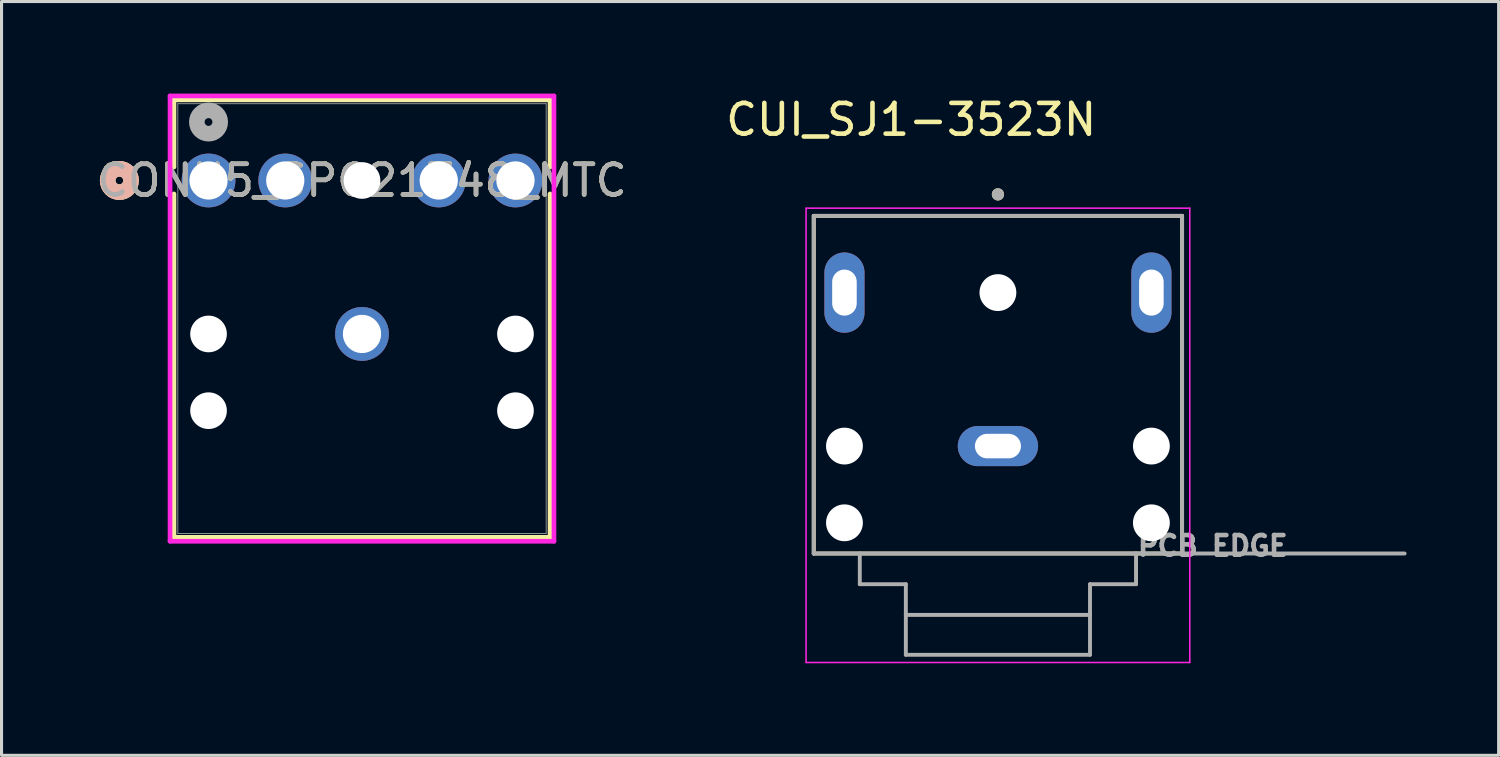
<source format=kicad_pcb>
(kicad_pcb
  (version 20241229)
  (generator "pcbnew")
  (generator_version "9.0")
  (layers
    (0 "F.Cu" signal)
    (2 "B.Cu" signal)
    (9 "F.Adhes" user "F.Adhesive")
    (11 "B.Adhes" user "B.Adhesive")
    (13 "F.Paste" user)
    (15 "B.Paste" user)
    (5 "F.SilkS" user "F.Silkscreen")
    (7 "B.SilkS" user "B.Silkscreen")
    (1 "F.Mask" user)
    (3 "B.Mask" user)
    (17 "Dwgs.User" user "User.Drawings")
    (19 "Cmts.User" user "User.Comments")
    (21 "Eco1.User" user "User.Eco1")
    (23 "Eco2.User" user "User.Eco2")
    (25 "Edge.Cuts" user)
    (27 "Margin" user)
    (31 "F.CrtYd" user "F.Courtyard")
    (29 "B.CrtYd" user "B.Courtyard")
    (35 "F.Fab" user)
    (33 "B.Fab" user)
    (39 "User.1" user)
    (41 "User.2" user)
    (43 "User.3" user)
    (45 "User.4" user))
  (footprint "CUI_SJ1-3523N"
    (layer "F.Cu")
    (at 29.462 11.483)
    (property "Reference" "CUI_SJ1-3523N" (at -2.825 -10.635 0) (layer "F.SilkS") (effects (font (size 1 1) (thickness 0.15))))
    (attr through_hole)
    (fp_line (start -6 -7.5) (end -6 3.5) (stroke (width 0.127) (type solid)) (layer "F.SilkS"))
    (fp_line (start -6 -7.5) (end 6 -7.5) (stroke (width 0.127) (type solid)) (layer "F.SilkS"))
    (fp_line (start -6 3.5) (end 6 3.5) (stroke (width 0.127) (type solid)) (layer "F.SilkS"))
    (fp_line (start 6 -7.5) (end 6 3.5) (stroke (width 0.127) (type solid)) (layer "F.SilkS"))
    (fp_circle (center 0 -8.2) (end 0.1 -8.2) (stroke (width 0.2) (type solid)) (fill no) (layer "F.SilkS"))
    (fp_line (start -6.25 -7.75) (end -6.25 7.05) (stroke (width 0.05) (type solid)) (layer "F.CrtYd"))
    (fp_line (start -6.25 7.05) (end 6.25 7.05) (stroke (width 0.05) (type solid)) (layer "F.CrtYd"))
    (fp_line (start 6.25 -7.75) (end -6.25 -7.75) (stroke (width 0.05) (type solid)) (layer "F.CrtYd"))
    (fp_line (start 6.25 7.05) (end 6.25 -7.75) (stroke (width 0.05) (type solid)) (layer "F.CrtYd"))
    (fp_line (start -6 -7.5) (end -6 3.5) (stroke (width 0.127) (type solid)) (layer "F.Fab"))
    (fp_line (start -6 -7.5) (end 6 -7.5) (stroke (width 0.127) (type solid)) (layer "F.Fab"))
    (fp_line (start -6 3.5) (end -4.5 3.5) (stroke (width 0.127) (type solid)) (layer "F.Fab"))
    (fp_line (start -4.5 3.5) (end -4.5 4.5) (stroke (width 0.127) (type solid)) (layer "F.Fab"))
    (fp_line (start -4.5 3.5) (end 4.5 3.5) (stroke (width 0.127) (type solid)) (layer "F.Fab"))
    (fp_line (start -4.5 4.5) (end -3 4.5) (stroke (width 0.127) (type solid)) (layer "F.Fab"))
    (fp_line (start -3 4.5) (end -3 5.5) (stroke (width 0.127) (type solid)) (layer "F.Fab"))
    (fp_line (start -3 5.5) (end -3 6.8) (stroke (width 0.127) (type solid)) (layer "F.Fab"))
    (fp_line (start -3 5.5) (end 3 5.5) (stroke (width 0.127) (type solid)) (layer "F.Fab"))
    (fp_line (start -3 6.8) (end 3 6.8) (stroke (width 0.127) (type solid)) (layer "F.Fab"))
    (fp_line (start 3 4.5) (end 4.5 4.5) (stroke (width 0.127) (type solid)) (layer "F.Fab"))
    (fp_line (start 3 5.5) (end 3 4.5) (stroke (width 0.127) (type solid)) (layer "F.Fab"))
    (fp_line (start 3 6.8) (end 3 5.5) (stroke (width 0.127) (type solid)) (layer "F.Fab"))
    (fp_line (start 4.5 3.5) (end 6 3.5) (stroke (width 0.127) (type solid)) (layer "F.Fab"))
    (fp_line (start 4.5 4.5) (end 4.5 3.5) (stroke (width 0.127) (type solid)) (layer "F.Fab"))
    (fp_line (start 6 -7.5) (end 6 3.5) (stroke (width 0.127) (type solid)) (layer "F.Fab"))
    (fp_line (start 6 3.5) (end 13.25 3.5) (stroke (width 0.127) (type solid)) (layer "F.Fab"))
    (fp_circle (center 0 -8.2) (end 0.1 -8.2) (stroke (width 0.2) (type solid)) (fill no) (layer "F.Fab"))
    (fp_text user "PCB EDGE" (at 7 3.25 0) (layer "F.Fab") (effects (font (size 0.64 0.64) (thickness 0.15))))
    (pad "" np_thru_hole circle (at -5 0) (size 1.2 1.2) (drill 1.2) (layers "*.Cu" "*.Mask"))
    (pad "" np_thru_hole circle (at -5 2.5) (size 1.2 1.2) (drill 1.2) (layers "*.Cu" "*.Mask"))
    (pad "" np_thru_hole circle (at 0 -5) (size 1.2 1.2) (drill 1.2) (layers "*.Cu" "*.Mask"))
    (pad "" np_thru_hole circle (at 5 0) (size 1.2 1.2) (drill 1.2) (layers "*.Cu" "*.Mask"))
    (pad "" np_thru_hole circle (at 5 2.5) (size 1.2 1.2) (drill 1.2) (layers "*.Cu" "*.Mask"))
    (pad "1" thru_hole oval (at 0 0) (size 2.616 1.308) (drill oval 1.5 0.8) (layers "*.Cu" "*.Mask"))
    (pad "2" thru_hole oval (at 5 -5) (size 1.308 2.616) (drill oval 0.8 1.5) (layers "*.Cu" "*.Mask"))
    (pad "3" thru_hole oval (at -5 -5) (size 1.308 2.616) (drill oval 0.8 1.5) (layers "*.Cu" "*.Mask")))
  (footprint "CONN5_SPC21348_MTC"
    (layer "F.Cu")
    (at 3.744 2.83)
    (property "Reference" "CONN5_SPC21348_MTC" (at 5 0 0) (unlocked yes) (layer "F.SilkS") (effects (font (size 1 1) (thickness 0.15))))
    (attr through_hole)
    (fp_line (start -1.127 -2.627) (end -1.127 -0.438) (stroke (width 0.152) (type solid)) (layer "F.SilkS"))
    (fp_line (start -1.127 0.438) (end -1.127 11.627) (stroke (width 0.152) (type solid)) (layer "F.SilkS"))
    (fp_line (start -1.127 11.627) (end 11.127 11.627) (stroke (width 0.152) (type solid)) (layer "F.SilkS"))
    (fp_line (start 11.127 -2.627) (end -1.127 -2.627) (stroke (width 0.152) (type solid)) (layer "F.SilkS"))
    (fp_line (start 11.127 -0.438) (end 11.127 -2.627) (stroke (width 0.152) (type solid)) (layer "F.SilkS"))
    (fp_line (start 11.127 11.627) (end 11.127 0.438) (stroke (width 0.152) (type solid)) (layer "F.SilkS"))
    (fp_circle (center -2.905 0) (end -2.524 0) (stroke (width 0.508) (type solid)) (fill no) (layer "F.SilkS"))
    (fp_circle (center -2.905 0) (end -2.524 0) (stroke (width 0.508) (type solid)) (fill no) (layer "B.SilkS"))
    (fp_line (start -1.254 -2.754) (end -1.254 11.754) (stroke (width 0.152) (type solid)) (layer "F.CrtYd"))
    (fp_line (start -1.254 11.754) (end 11.254 11.754) (stroke (width 0.152) (type solid)) (layer "F.CrtYd"))
    (fp_line (start 11.254 -2.754) (end -1.254 -2.754) (stroke (width 0.152) (type solid)) (layer "F.CrtYd"))
    (fp_line (start 11.254 11.754) (end 11.254 -2.754) (stroke (width 0.152) (type solid)) (layer "F.CrtYd"))
    (fp_line (start -1 -2.5) (end -1 11.5) (stroke (width 0.025) (type solid)) (layer "F.Fab"))
    (fp_line (start -1 11.5) (end 11 11.5) (stroke (width 0.025) (type solid)) (layer "F.Fab"))
    (fp_line (start 11 -2.5) (end -1 -2.5) (stroke (width 0.025) (type solid)) (layer "F.Fab"))
    (fp_line (start 11 11.5) (end 11 -2.5) (stroke (width 0.025) (type solid)) (layer "F.Fab"))
    (fp_circle (center 0 -1.905) (end 0.381 -1.905) (stroke (width 0.508) (type solid)) (fill no) (layer "F.Fab"))
    (fp_text user "${REFERENCE}" (at 5 0 0) (unlocked yes) (layer "F.Fab") (effects (font (size 1 1) (thickness 0.15))))
    (pad "" np_thru_hole circle (at 0 5) (size 1.194 1.194) (drill 1.194) (layers "*.Cu" "*.Mask"))
    (pad "" np_thru_hole circle (at 0 7.5) (size 1.194 1.194) (drill 1.194) (layers "*.Cu" "*.Mask"))
    (pad "" np_thru_hole circle (at 5 0) (size 1.194 1.194) (drill 1.194) (layers "*.Cu" "*.Mask"))
    (pad "" np_thru_hole circle (at 10 5) (size 1.194 1.194) (drill 1.194) (layers "*.Cu" "*.Mask"))
    (pad "" np_thru_hole circle (at 10 7.5) (size 1.194 1.194) (drill 1.194) (layers "*.Cu" "*.Mask"))
    (pad "1" thru_hole circle (at 0 0) (size 1.753 1.753) (drill 1.245) (layers "*.Cu" "*.Mask"))
    (pad "2" thru_hole circle (at 2.5 0) (size 1.753 1.753) (drill 1.245) (layers "*.Cu" "*.Mask"))
    (pad "3" thru_hole circle (at 7.5 0) (size 1.753 1.753) (drill 1.245) (layers "*.Cu" "*.Mask"))
    (pad "4" thru_hole circle (at 10 0) (size 1.753 1.753) (drill 1.245) (layers "*.Cu" "*.Mask"))
    (pad "5" thru_hole circle (at 5 5) (size 1.753 1.753) (drill 1.245) (layers "*.Cu" "*.Mask")))
  (gr_rect
    (start -3 -3)
    (end 45.775 21.558)
    (stroke (width 0.1) (type default))
    (fill no)
    (layer "Edge.Cuts")))
</source>
